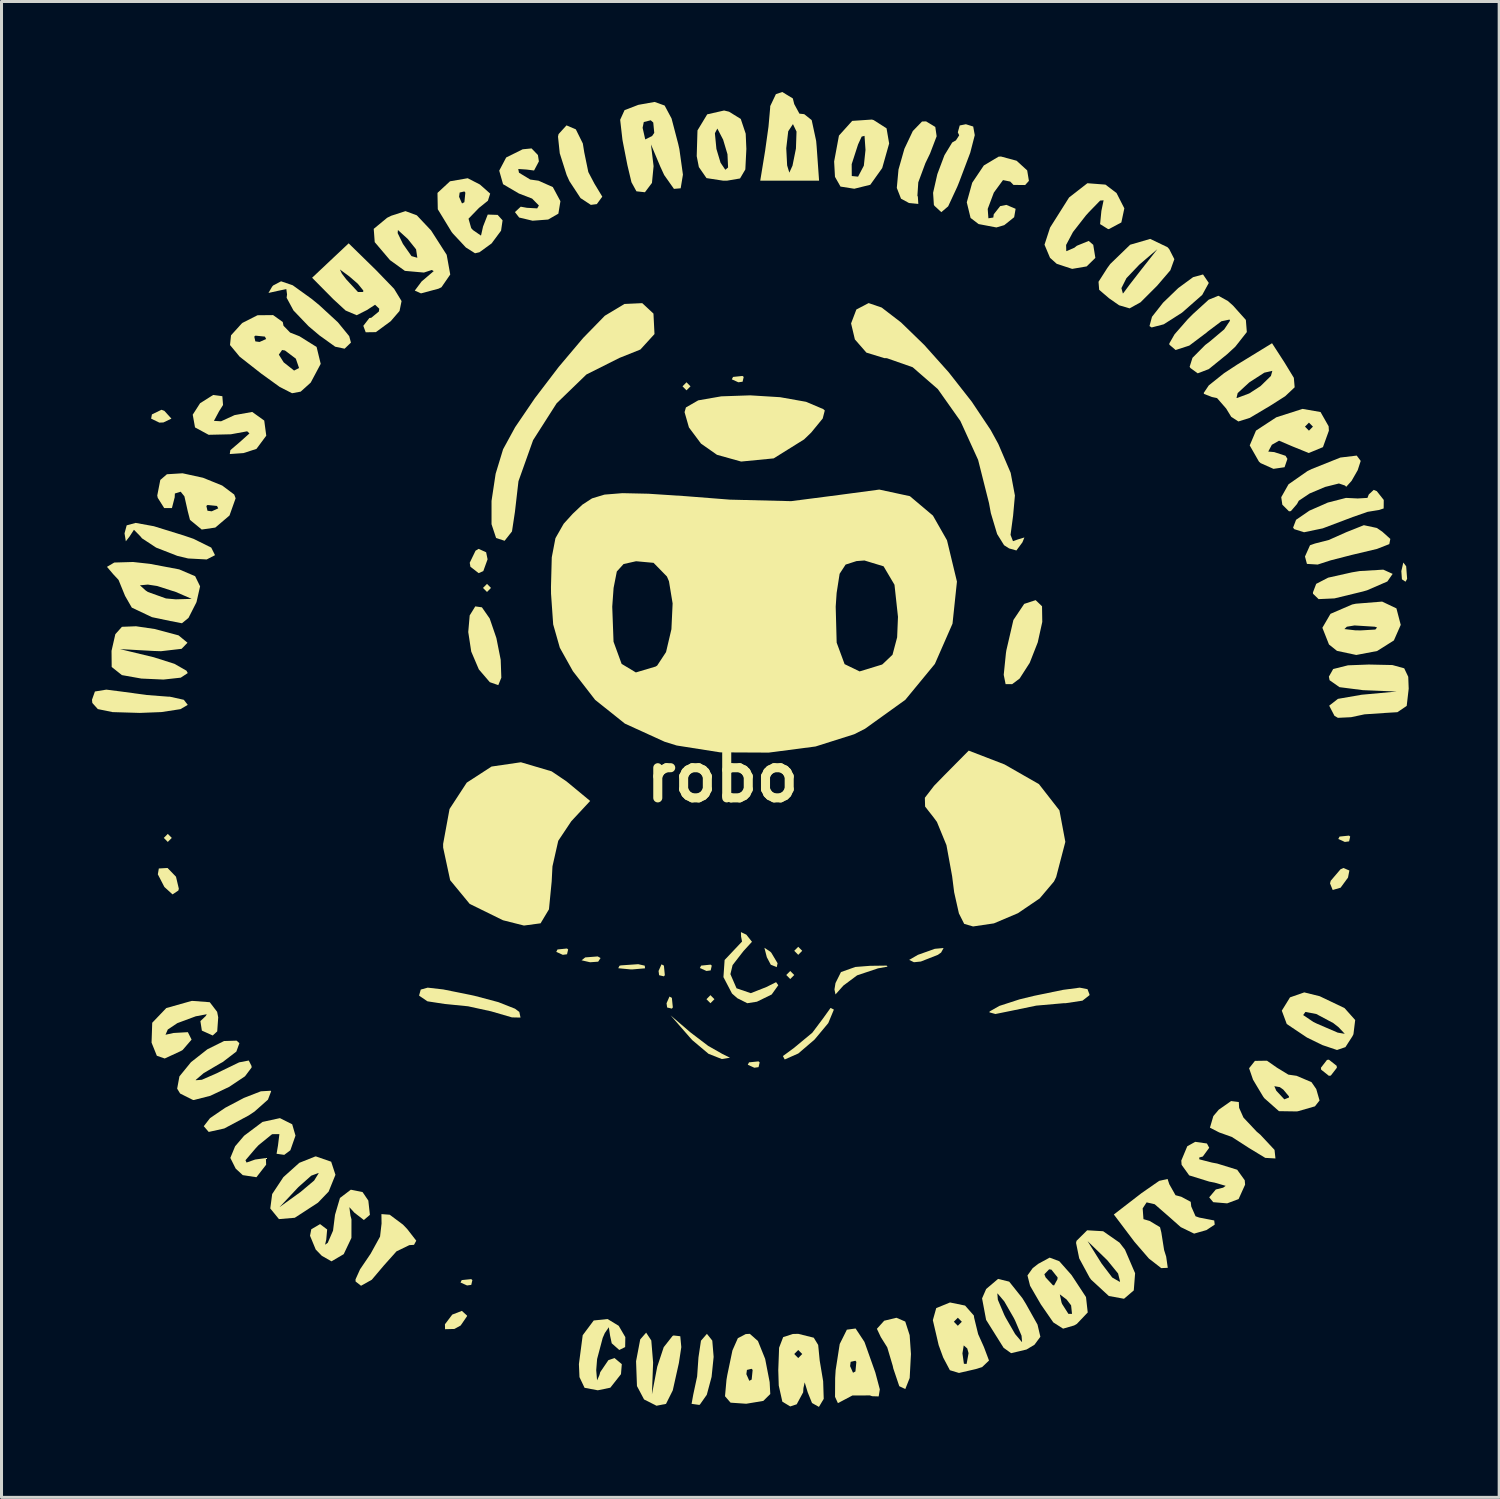
<source format=kicad_pcb>
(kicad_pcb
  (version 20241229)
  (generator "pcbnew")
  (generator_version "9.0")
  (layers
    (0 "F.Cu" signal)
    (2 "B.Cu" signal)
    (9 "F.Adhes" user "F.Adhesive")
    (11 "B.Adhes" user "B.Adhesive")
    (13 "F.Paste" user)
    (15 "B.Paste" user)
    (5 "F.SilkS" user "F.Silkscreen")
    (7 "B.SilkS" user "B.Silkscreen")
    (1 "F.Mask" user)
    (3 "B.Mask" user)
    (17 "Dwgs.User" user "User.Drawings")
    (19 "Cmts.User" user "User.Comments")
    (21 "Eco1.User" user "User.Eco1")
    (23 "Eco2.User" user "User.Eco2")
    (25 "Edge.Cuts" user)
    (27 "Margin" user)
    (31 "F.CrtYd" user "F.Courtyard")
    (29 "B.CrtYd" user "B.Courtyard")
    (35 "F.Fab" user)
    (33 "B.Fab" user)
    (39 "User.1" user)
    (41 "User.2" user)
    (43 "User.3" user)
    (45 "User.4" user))
  (footprint "robo"
    (layer "F.Cu")
    (at 20.902 22.726)
    (property "Reference" "robo" (at 0 0 0) (layer "F.SilkS") (effects (font (size 1.5 1.5) (thickness 0.3))))
    (attr board_only exclude_from_pos_files exclude_from_bom)
    (fp_poly (pts (xy -18.256 2.005) (xy -18.389 2.139) (xy -18.521 2.005) (xy -18.389 1.872)) (stroke (width 0) (type solid)) (fill yes) (layer "F.SilkS"))
    (fp_poly (pts (xy -7.673 -6.283) (xy -7.805 -6.149) (xy -7.938 -6.283) (xy -7.805 -6.417)) (stroke (width 0) (type solid)) (fill yes) (layer "F.SilkS"))
    (fp_poly (pts (xy -1.058 -12.967) (xy -1.191 -12.834) (xy -1.323 -12.967) (xy -1.191 -13.101)) (stroke (width 0) (type solid)) (fill yes) (layer "F.SilkS"))
    (fp_poly (pts (xy -0.265 7.353) (xy -0.397 7.486) (xy -0.529 7.353) (xy -0.397 7.219)) (stroke (width 0) (type solid)) (fill yes) (layer "F.SilkS"))
    (fp_poly (pts (xy 2.381 6.551) (xy 2.249 6.684) (xy 2.117 6.551) (xy 2.249 6.417)) (stroke (width 0) (type solid)) (fill yes) (layer "F.SilkS"))
    (fp_poly (pts (xy 2.646 5.748) (xy 2.514 5.882) (xy 2.381 5.748) (xy 2.514 5.615)) (stroke (width 0) (type solid)) (fill yes) (layer "F.SilkS"))
    (fp_poly (pts (xy -8.29 16.666) (xy -8.327 16.825) (xy -8.467 16.844) (xy -8.684 16.746) (xy -8.643 16.666) (xy -8.329 16.634)) (stroke (width 0) (type solid)) (fill yes) (layer "F.SilkS"))
    (fp_poly (pts (xy -5.115 5.704) (xy -5.152 5.863) (xy -5.292 5.882) (xy -5.509 5.784) (xy -5.468 5.704) (xy -5.154 5.672)) (stroke (width 0) (type solid)) (fill yes) (layer "F.SilkS"))
    (fp_poly (pts (xy -4.04 5.988) (xy -4.119 6.109) (xy -4.388 6.128) (xy -4.67 6.063) (xy -4.548 5.967) (xy -4.134 5.935)) (stroke (width 0) (type solid)) (fill yes) (layer "F.SilkS"))
    (fp_poly (pts (xy -1.94 6.239) (xy -1.909 6.556) (xy -1.94 6.595) (xy -2.098 6.558) (xy -2.117 6.417) (xy -2.02 6.197)) (stroke (width 0) (type solid)) (fill yes) (layer "F.SilkS"))
    (fp_poly (pts (xy -1.676 7.308) (xy -1.644 7.625) (xy -1.676 7.665) (xy -1.833 7.628) (xy -1.852 7.486) (xy -1.755 7.266)) (stroke (width 0) (type solid)) (fill yes) (layer "F.SilkS"))
    (fp_poly (pts (xy -0.353 6.239) (xy -0.389 6.398) (xy -0.529 6.417) (xy -0.747 6.319) (xy -0.706 6.239) (xy -0.392 6.207)) (stroke (width 0) (type solid)) (fill yes) (layer "F.SilkS"))
    (fp_poly (pts (xy 0.706 -13.279) (xy 0.669 -13.12) (xy 0.529 -13.101) (xy 0.311 -13.199) (xy 0.353 -13.279) (xy 0.667 -13.311)) (stroke (width 0) (type solid)) (fill yes) (layer "F.SilkS"))
    (fp_poly (pts (xy 1.235 9.447) (xy 1.198 9.606) (xy 1.058 9.625) (xy 0.841 9.527) (xy 0.882 9.447) (xy 1.196 9.415)) (stroke (width 0) (type solid)) (fill yes) (layer "F.SilkS"))
    (fp_poly (pts (xy 20.814 1.961) (xy 20.778 2.12) (xy 20.637 2.139) (xy 20.42 2.041) (xy 20.461 1.961) (xy 20.775 1.929)) (stroke (width 0) (type solid)) (fill yes) (layer "F.SilkS"))
    (fp_poly (pts (xy 22.67 -7.002) (xy 22.702 -6.584) (xy 22.649 -6.489) (xy 22.529 -6.569) (xy 22.51 -6.84) (xy 22.575 -7.125)) (stroke (width 0) (type solid)) (fill yes) (layer "F.SilkS"))
    (fp_poly (pts (xy -18.503 -12.154) (xy -18.268 -11.896) (xy -18.535 -11.769) (xy -18.669 -11.764) (xy -18.941 -11.896) (xy -18.915 -12.036) (xy -18.598 -12.19)) (stroke (width 0) (type solid)) (fill yes) (layer "F.SilkS"))
    (fp_poly (pts (xy 1.585 5.776) (xy 1.62 5.811) (xy 1.829 6.161) (xy 1.801 6.29) (xy 1.604 6.21) (xy 1.472 5.96) (xy 1.392 5.648)) (stroke (width 0) (type solid)) (fill yes) (layer "F.SilkS"))
    (fp_poly (pts (xy -18.117 3.292) (xy -18.023 3.688) (xy -18.038 3.749) (xy -18.232 3.878) (xy -18.502 3.632) (xy -18.719 3.213) (xy -18.686 3.019) (xy -18.397 3.002)) (stroke (width 0) (type solid)) (fill yes) (layer "F.SilkS"))
    (fp_poly (pts (xy -8.467 17.843) (xy -8.467 17.863) (xy -8.679 18.172) (xy -8.886 18.286) (xy -9.196 18.294) (xy -9.2 18.131) (xy -8.957 17.81) (xy -8.639 17.687)) (stroke (width 0) (type solid)) (fill yes) (layer "F.SilkS"))
    (fp_poly (pts (xy -7.834 -7.465) (xy -7.786 -7.233) (xy -7.928 -6.841) (xy -8.082 -6.773) (xy -8.355 -6.985) (xy -8.378 -7.118) (xy -8.185 -7.517) (xy -8.082 -7.578)) (stroke (width 0) (type solid)) (fill yes) (layer "F.SilkS"))
    (fp_poly (pts (xy -2.575 6.241) (xy -2.566 6.329) (xy -2.98 6.365) (xy -3.043 6.365) (xy -3.453 6.326) (xy -3.414 6.245) (xy -3.368 6.232) (xy -2.792 6.192)) (stroke (width 0) (type solid)) (fill yes) (layer "F.SilkS"))
    (fp_poly (pts (xy 7.251 5.806) (xy 7.144 5.882) (xy 6.579 6.104) (xy 6.35 6.127) (xy 6.192 6.05) (xy 6.482 5.882) (xy 7.043 5.682) (xy 7.333 5.656)) (stroke (width 0) (type solid)) (fill yes) (layer "F.SilkS"))
    (fp_poly (pts (xy 20.365 9.561) (xy 20.373 9.625) (xy 20.172 9.885) (xy 20.108 9.893) (xy 19.851 9.689) (xy 19.844 9.625) (xy 20.045 9.366) (xy 20.108 9.358)) (stroke (width 0) (type solid)) (fill yes) (layer "F.SilkS"))
    (fp_poly (pts (xy 20.787 3.086) (xy 20.742 3.32) (xy 20.496 3.656) (xy 20.234 3.732) (xy 20.146 3.514) (xy 20.169 3.426) (xy 20.493 3.046) (xy 20.588 3.002)) (stroke (width 0) (type solid)) (fill yes) (layer "F.SilkS"))
    (fp_poly (pts (xy -1.058 8.455) (xy -0.473 8.9) (xy 0 9.169) (xy 0.251 9.293) (xy -0.014 9.336) (xy -0.02 9.337) (xy -0.46 9.164) (xy -0.998 8.711) (xy -1.078 8.623) (xy -1.72 7.887)) (stroke (width 0) (type solid)) (fill yes) (layer "F.SilkS"))
    (fp_poly (pts (xy 5.475 6.274) (xy 5.159 6.33) (xy 4.466 6.562) (xy 4.011 6.901) (xy 3.749 7.195) (xy 3.715 7.029) (xy 3.749 6.818) (xy 3.931 6.453) (xy 4.407 6.284) (xy 4.897 6.246) (xy 5.445 6.239)) (stroke (width 0) (type solid)) (fill yes) (layer "F.SilkS"))
    (fp_poly (pts (xy -14.962 10.405) (xy -15.068 10.683) (xy -15.514 11.079) (xy -15.706 11.207) (xy -16.516 11.639) (xy -17.032 11.754) (xy -17.196 11.564) (xy -16.988 11.296) (xy -16.485 10.953) (xy -15.865 10.626) (xy -15.304 10.407) (xy -14.979 10.388)) (stroke (width 0) (type solid)) (fill yes) (layer "F.SilkS"))
    (fp_poly (pts (xy -7.974 -5.64) (xy -7.716 -5.269) (xy -7.494 -4.621) (xy -7.351 -3.9) (xy -7.33 -3.307) (xy -7.431 -3.06) (xy -7.712 -3.158) (xy -8.076 -3.582) (xy -8.328 -4.173) (xy -8.427 -4.821) (xy -8.379 -5.372) (xy -8.194 -5.671)) (stroke (width 0) (type solid)) (fill yes) (layer "F.SilkS"))
    (fp_poly (pts (xy -0.336 18.672) (xy -0.291 19.212) (xy -0.359 19.876) (xy -0.518 20.468) (xy -0.747 20.794) (xy -0.77 20.804) (xy -1.022 20.769) (xy -0.968 20.468) (xy -0.838 19.86) (xy -0.794 19.229) (xy -0.711 18.675) (xy -0.514 18.448)) (stroke (width 0) (type solid)) (fill yes) (layer "F.SilkS"))
    (fp_poly (pts (xy 3.695 7.697) (xy 3.695 7.699) (xy 3.51 8.145) (xy 3.056 8.69) (xy 2.516 9.153) (xy 2.071 9.349) (xy 2.063 9.348) (xy 2.006 9.238) (xy 2.348 8.987) (xy 2.352 8.985) (xy 2.98 8.465) (xy 3.335 7.992) (xy 3.585 7.643)) (stroke (width 0) (type solid)) (fill yes) (layer "F.SilkS"))
    (fp_poly (pts (xy 6.062 18.041) (xy 6.208 18.492) (xy 6.251 19.118) (xy 6.209 19.912) (xy 6.063 20.279) (xy 5.864 20.184) (xy 5.665 19.594) (xy 5.648 19.512) (xy 5.465 18.896) (xy 5.253 18.558) (xy 5.122 18.281) (xy 5.364 18.013) (xy 5.77 17.915)) (stroke (width 0) (type solid)) (fill yes) (layer "F.SilkS"))
    (fp_poly (pts (xy 10.597 -5.675) (xy 10.605 -5.155) (xy 10.455 -4.478) (xy 10.189 -3.8) (xy 9.853 -3.277) (xy 9.606 -3.092) (xy 9.389 -3.094) (xy 9.327 -3.402) (xy 9.4 -4.118) (xy 9.414 -4.213) (xy 9.648 -5.22) (xy 10.006 -5.754) (xy 10.385 -5.878)) (stroke (width 0) (type solid)) (fill yes) (layer "F.SilkS"))
    (fp_poly (pts (xy 15.939 -16.671) (xy 16.126 -16.395) (xy 15.909 -15.999) (xy 15.255 -15.424) (xy 15.23 -15.404) (xy 14.631 -15.023) (xy 14.231 -14.919) (xy 14.16 -14.965) (xy 14.243 -15.273) (xy 14.611 -15.741) (xy 15.115 -16.227) (xy 15.605 -16.586) (xy 15.93 -16.675)) (stroke (width 0) (type solid)) (fill yes) (layer "F.SilkS"))
    (fp_poly (pts (xy 22.222 -6.749) (xy 22.047 -6.497) (xy 21.375 -6.205) (xy 21.233 -6.164) (xy 20.293 -5.936) (xy 19.767 -5.912) (xy 19.582 -6.089) (xy 19.579 -6.134) (xy 19.687 -6.418) (xy 20.083 -6.623) (xy 20.874 -6.8) (xy 21.126 -6.842) (xy 21.911 -6.889)) (stroke (width 0) (type solid)) (fill yes) (layer "F.SilkS"))
    (fp_poly (pts (xy -19.91 -2.845) (xy -19.081 -2.732) (xy -18.378 -2.678) (xy -18.322 -2.677) (xy -17.858 -2.574) (xy -17.727 -2.406) (xy -17.968 -2.264) (xy -18.598 -2.167) (xy -19.315 -2.139) (xy -20.221 -2.166) (xy -20.709 -2.266) (xy -20.891 -2.469) (xy -20.902 -2.575) (xy -20.805 -2.849) (xy -20.426 -2.911)) (stroke (width 0) (type solid)) (fill yes) (layer "F.SilkS"))
    (fp_poly (pts (xy -4.86 -21.487) (xy -4.628 -21.019) (xy -4.581 -20.726) (xy -4.446 -20.072) (xy -4.246 -19.691) (xy -3.983 -19.256) (xy -4.164 -19.009) (xy -4.362 -18.983) (xy -4.704 -19.208) (xy -5.072 -19.769) (xy -5.164 -19.972) (xy -5.393 -20.693) (xy -5.451 -21.246) (xy -5.432 -21.331) (xy -5.169 -21.619)) (stroke (width 0) (type solid)) (fill yes) (layer "F.SilkS"))
    (fp_poly (pts (xy 17.121 10.762) (xy 17.132 10.956) (xy 17.275 11.277) (xy 17.712 11.742) (xy 17.837 11.848) (xy 18.306 12.35) (xy 18.336 12.633) (xy 17.998 12.614) (xy 17.455 12.284) (xy 16.89 11.92) (xy 16.47 11.77) (xy 16.164 11.613) (xy 16.277 11.228) (xy 16.457 11.016) (xy 16.866 10.73)) (stroke (width 0) (type solid)) (fill yes) (layer "F.SilkS"))
    (fp_poly (pts (xy 21.694 -8.272) (xy 21.877 -8.149) (xy 22.145 -7.908) (xy 22.111 -7.736) (xy 21.702 -7.576) (xy 20.861 -7.376) (xy 20.165 -7.197) (xy 19.736 -7.058) (xy 19.38 -7.08) (xy 19.315 -7.324) (xy 19.482 -7.698) (xy 19.645 -7.755) (xy 20.105 -7.873) (xy 20.687 -8.132) (xy 21.267 -8.363)) (stroke (width 0) (type solid)) (fill yes) (layer "F.SilkS"))
    (fp_poly (pts (xy 7.058 -21.567) (xy 7.103 -21.259) (xy 6.884 -20.685) (xy 6.729 -20.364) (xy 6.494 -19.731) (xy 6.465 -19.286) (xy 6.48 -19.254) (xy 6.495 -19.015) (xy 6.186 -19.045) (xy 5.922 -19.188) (xy 5.782 -19.545) (xy 5.838 -20.155) (xy 6.034 -20.843) (xy 6.313 -21.432) (xy 6.618 -21.747) (xy 6.752 -21.752)) (stroke (width 0) (type solid)) (fill yes) (layer "F.SilkS"))
    (fp_poly (pts (xy 12.104 7.02) (xy 12.17 7.192) (xy 12.171 7.219) (xy 11.939 7.401) (xy 11.376 7.486) (xy 11.309 7.486) (xy 10.404 7.566) (xy 9.584 7.736) (xy 9.052 7.844) (xy 8.85 7.788) (xy 8.861 7.758) (xy 9.181 7.576) (xy 9.845 7.36) (xy 10.334 7.241) (xy 11.294 7.043) (xy 11.847 6.97)) (stroke (width 0) (type solid)) (fill yes) (layer "F.SilkS"))
    (fp_poly (pts (xy -18.851 -8.329) (xy -17.86 -8.022) (xy -17.538 -7.912) (xy -16.948 -7.62) (xy -16.823 -7.369) (xy -17.099 -7.227) (xy -17.715 -7.26) (xy -18.073 -7.346) (xy -18.776 -7.62) (xy -19.246 -7.929) (xy -19.298 -7.994) (xy -19.511 -8.211) (xy -19.659 -7.984) (xy -19.78 -7.829) (xy -19.823 -8.093) (xy -19.752 -8.358) (xy -19.455 -8.439)) (stroke (width 0) (type solid)) (fill yes) (layer "F.SilkS"))
    (fp_poly (pts (xy -11.031 14.499) (xy -10.592 14.826) (xy -10.451 14.973) (xy -10.151 15.359) (xy -10.225 15.497) (xy -10.38 15.507) (xy -10.806 15.713) (xy -11.22 16.176) (xy -11.625 16.654) (xy -11.982 16.854) (xy -12.162 16.713) (xy -12.165 16.644) (xy -12.014 16.309) (xy -11.663 15.791) (xy -11.351 15.224) (xy -11.301 14.789) (xy -11.306 14.478)) (stroke (width 0) (type solid)) (fill yes) (layer "F.SilkS"))
    (fp_poly (pts (xy -9.257 7.029) (xy -8.349 7.212) (xy -8.217 7.241) (xy -7.429 7.45) (xy -6.877 7.668) (xy -6.734 7.775) (xy -6.694 7.962) (xy -6.978 7.956) (xy -7.669 7.755) (xy -7.673 7.754) (xy -8.433 7.588) (xy -9.194 7.513) (xy -9.78 7.423) (xy -10.052 7.239) (xy -10.054 7.219) (xy -10.002 7.034) (xy -9.772 6.97)) (stroke (width 0) (type solid)) (fill yes) (layer "F.SilkS"))
    (fp_poly (pts (xy 1.912 -12.607) (xy 2.773 -12.454) (xy 3.342 -12.213) (xy 3.394 -12.167) (xy 3.325 -11.9) (xy 2.945 -11.436) (xy 2.708 -11.207) (xy 1.7 -10.578) (xy 0.621 -10.473) (xy -0.181 -10.697) (xy -0.71 -11.068) (xy -1.11 -11.604) (xy -1.255 -12.111) (xy -1.21 -12.267) (xy -0.802 -12.502) (xy -0.038 -12.635) (xy 0.921 -12.668)) (stroke (width 0) (type solid)) (fill yes) (layer "F.SilkS"))
    (fp_poly (pts (xy 8.315 -21.581) (xy 8.367 -21.295) (xy 8.217 -20.713) (xy 7.852 -19.746) (xy 7.787 -19.585) (xy 7.485 -18.935) (xy 7.258 -18.742) (xy 7.032 -18.95) (xy 7.011 -18.985) (xy 6.985 -19.383) (xy 7.126 -20.002) (xy 7.361 -20.628) (xy 7.619 -21.052) (xy 7.742 -21.122) (xy 7.85 -21.289) (xy 7.805 -21.389) (xy 7.868 -21.616) (xy 8.072 -21.657)) (stroke (width 0) (type solid)) (fill yes) (layer "F.SilkS"))
    (fp_poly (pts (xy 21.696 -9.492) (xy 21.927 -9.2) (xy 21.924 -8.918) (xy 21.762 -8.866) (xy 21.392 -8.806) (xy 20.902 -8.635) (xy 19.904 -8.258) (xy 19.284 -8.129) (xy 18.96 -8.231) (xy 18.921 -8.283) (xy 19.02 -8.542) (xy 19.462 -8.845) (xy 20.072 -9.113) (xy 20.676 -9.268) (xy 21.065 -9.249) (xy 21.386 -9.268) (xy 21.431 -9.382) (xy 21.594 -9.534)) (stroke (width 0) (type solid)) (fill yes) (layer "F.SilkS"))
    (fp_poly (pts (xy -14.247 -16.318) (xy -13.626 -15.871) (xy -13.37 -15.662) (xy -12.751 -15.092) (xy -12.374 -14.631) (xy -12.316 -14.417) (xy -12.527 -14.215) (xy -12.839 -14.281) (xy -13.364 -14.658) (xy -13.722 -14.961) (xy -14.222 -15.483) (xy -14.449 -15.904) (xy -14.435 -16.016) (xy -14.459 -16.191) (xy -14.737 -16.133) (xy -15.051 -16.063) (xy -14.929 -16.273) (xy -14.894 -16.312) (xy -14.633 -16.449)) (stroke (width 0) (type solid)) (fill yes) (layer "F.SilkS"))
    (fp_poly (pts (xy -5.663 -0.202) (xy -5.169 0.132) (xy -4.385 0.78) (xy -5.01 1.452) (xy -5.443 2.101) (xy -5.635 2.95) (xy -5.661 3.453) (xy -5.751 4.373) (xy -6.029 4.837) (xy -6.58 4.911) (xy -7.276 4.735) (xy -8.379 4.193) (xy -9.027 3.407) (xy -9.259 2.327) (xy -9.26 2.205) (xy -9.047 1.046) (xy -8.477 0.173) (xy -7.654 -0.361) (xy -6.681 -0.503)) (stroke (width 0) (type solid)) (fill yes) (layer "F.SilkS"))
    (fp_poly (pts (xy -2.358 18.668) (xy -2.298 19.397) (xy -2.3 19.456) (xy -2.337 20.454) (xy -2.161 19.539) (xy -1.946 18.89) (xy -1.653 18.518) (xy -1.618 18.502) (xy -1.397 18.528) (xy -1.363 18.888) (xy -1.443 19.415) (xy -1.646 20.322) (xy -1.87 20.77) (xy -2.185 20.832) (xy -2.598 20.623) (xy -2.833 20.18) (xy -2.863 19.357) (xy -2.725 18.633) (xy -2.529 18.408)) (stroke (width 0) (type solid)) (fill yes) (layer "F.SilkS"))
    (fp_poly (pts (xy 21.163 -10.494) (xy 21.063 -10.187) (xy 20.861 -9.834) (xy 20.683 -9.636) (xy 20.642 -9.678) (xy 20.441 -9.746) (xy 19.982 -9.631) (xy 19.47 -9.415) (xy 19.11 -9.174) (xy 19.05 -9.064) (xy 18.848 -8.83) (xy 18.785 -8.823) (xy 18.564 -9.043) (xy 18.528 -9.291) (xy 18.769 -9.718) (xy 19.396 -10.156) (xy 19.54 -10.227) (xy 20.489 -10.606) (xy 21.031 -10.671)) (stroke (width 0) (type solid)) (fill yes) (layer "F.SilkS"))
    (fp_poly (pts (xy -18.821 -4.921) (xy -18.032 -4.71) (xy -17.736 -4.466) (xy -17.931 -4.264) (xy -18.613 -4.185) (xy -18.852 -4.193) (xy -19.976 -4.255) (xy -18.852 -3.984) (xy -18.169 -3.767) (xy -17.77 -3.539) (xy -17.727 -3.46) (xy -17.958 -3.308) (xy -18.531 -3.245) (xy -19.265 -3.278) (xy -19.911 -3.393) (xy -20.249 -3.662) (xy -20.254 -4.197) (xy -20.128 -4.749) (xy -19.909 -4.994) (xy -19.442 -5.012)) (stroke (width 0) (type solid)) (fill yes) (layer "F.SilkS"))
    (fp_poly (pts (xy 0.793 5.213) (xy 0.98 5.449) (xy 0.708 5.747) (xy 0.702 5.752) (xy 0.337 6.223) (xy 0.265 6.522) (xy 0.468 6.991) (xy 0.941 7.153) (xy 1.459 6.949) (xy 1.78 6.788) (xy 1.852 6.89) (xy 1.633 7.197) (xy 1.144 7.436) (xy 0.825 7.486) (xy 0.494 7.32) (xy 0.318 7.165) (xy 0.034 6.621) (xy 0.073 6.053) (xy 0.395 5.712) (xy 0.651 5.441) (xy 0.619 5.278) (xy 0.614 5.128)) (stroke (width 0) (type solid)) (fill yes) (layer "F.SilkS"))
    (fp_poly (pts (xy 9.353 -0.431) (xy 10.495 0.222) (xy 11.174 1.093) (xy 11.37 2.136) (xy 11.065 3.304) (xy 10.993 3.451) (xy 10.519 4.012) (xy 9.797 4.502) (xy 9.002 4.839) (xy 8.31 4.941) (xy 8.016 4.855) (xy 7.841 4.508) (xy 7.684 3.81) (xy 7.616 3.273) (xy 7.428 2.245) (xy 7.112 1.475) (xy 7 1.323) (xy 6.72 0.966) (xy 6.712 0.674) (xy 7.018 0.277) (xy 7.34 -0.054) (xy 8.166 -0.889)) (stroke (width 0) (type solid)) (fill yes) (layer "F.SilkS"))
    (fp_poly (pts (xy -16.58 -12.64) (xy -16.557 -12.348) (xy -16.688 -12.141) (xy -16.859 -11.822) (xy -16.622 -11.808) (xy -16.174 -12.013) (xy -15.59 -12.118) (xy -15.191 -11.832) (xy -15.124 -11.331) (xy -15.449 -10.893) (xy -15.878 -10.754) (xy -16.334 -10.722) (xy -16.314 -10.851) (xy -16.007 -11.114) (xy -15.681 -11.405) (xy -15.756 -11.476) (xy -16.292 -11.378) (xy -16.296 -11.377) (xy -17.034 -11.36) (xy -17.486 -11.605) (xy -17.562 -12.027) (xy -17.318 -12.407) (xy -16.884 -12.681)) (stroke (width 0) (type solid)) (fill yes) (layer "F.SilkS"))
    (fp_poly (pts (xy -14.264 11.5) (xy -14.155 11.876) (xy -14.325 12.362) (xy -14.528 12.514) (xy -14.782 12.478) (xy -14.735 12.202) (xy -14.689 11.827) (xy -14.93 11.828) (xy -15.379 12.192) (xy -15.488 12.31) (xy -15.813 12.692) (xy -15.778 12.769) (xy -15.493 12.669) (xy -15.136 12.619) (xy -15.128 12.841) (xy -15.45 13.255) (xy -15.904 13.186) (xy -16.139 12.968) (xy -16.315 12.615) (xy -16.157 12.23) (xy -15.857 11.879) (xy -15.248 11.422) (xy -14.671 11.296)) (stroke (width 0) (type solid)) (fill yes) (layer "F.SilkS"))
    (fp_poly (pts (xy -12.972 12.741) (xy -12.83 13.175) (xy -13.056 13.732) (xy -13.411 14.101) (xy -14.179 14.6) (xy -14.703 14.644) (xy -14.991 14.291) (xy -14.985 14.248) (xy -14.684 14.248) (xy -13.983 13.741) (xy -13.537 13.366) (xy -13.388 13.127) (xy -13.395 13.116) (xy -13.632 13.204) (xy -14.055 13.579) (xy -14.096 13.622) (xy -14.684 14.248) (xy -14.985 14.248) (xy -14.928 13.814) (xy -14.556 13.252) (xy -14.028 12.778) (xy -13.499 12.567) (xy -13.476 12.566)) (stroke (width 0) (type solid)) (fill yes) (layer "F.SilkS"))
    (fp_poly (pts (xy 1.178 18.686) (xy 1.417 19.278) (xy 1.566 20.047) (xy 1.587 20.443) (xy 1.356 20.672) (xy 0.79 20.766) (xy 0.27 20.73) (xy 0.086 20.517) (xy 0.135 19.971) (xy 0.163 19.808) (xy 0.168 19.785) (xy 0.794 19.785) (xy 0.891 20.005) (xy 0.97 19.964) (xy 1.002 19.646) (xy 0.97 19.607) (xy 0.813 19.644) (xy 0.794 19.785) (xy 0.168 19.785) (xy 0.332 18.999) (xy 0.512 18.592) (xy 0.773 18.456) (xy 0.909 18.448)) (stroke (width 0) (type solid)) (fill yes) (layer "F.SilkS"))
    (fp_poly (pts (xy 5.014 -21.795) (xy 5.442 -21.521) (xy 5.528 -21.018) (xy 5.298 -20.204) (xy 4.903 -19.65) (xy 4.372 -19.518) (xy 3.915 -19.59) (xy 3.732 -19.913) (xy 3.709 -20.333) (xy 4.286 -20.333) (xy 4.289 -19.94) (xy 4.498 -19.919) (xy 4.689 -20.283) (xy 4.744 -20.804) (xy 4.712 -21.272) (xy 4.617 -21.247) (xy 4.498 -20.988) (xy 4.286 -20.333) (xy 3.709 -20.333) (xy 3.704 -20.421) (xy 3.864 -21.281) (xy 4.303 -21.768) (xy 4.954 -21.812)) (stroke (width 0) (type solid)) (fill yes) (layer "F.SilkS"))
    (fp_poly (pts (xy 22.214 -3.726) (xy 22.605 -3.618) (xy 22.739 -3.337) (xy 22.754 -2.941) (xy 22.688 -2.372) (xy 22.38 -2.163) (xy 21.982 -2.139) (xy 21.289 -2.092) (xy 20.844 -1.997) (xy 20.406 -1.976) (xy 20.293 -2.042) (xy 20.118 -2.379) (xy 20.408 -2.605) (xy 21.191 -2.741) (xy 21.233 -2.745) (xy 22.357 -2.848) (xy 21.233 -2.894) (xy 20.459 -2.993) (xy 20.131 -3.223) (xy 20.108 -3.342) (xy 20.25 -3.594) (xy 20.74 -3.717) (xy 21.431 -3.743)) (stroke (width 0) (type solid)) (fill yes) (layer "F.SilkS"))
    (fp_poly (pts (xy 22.347 -5.605) (xy 22.49 -5.058) (xy 22.263 -4.542) (xy 21.708 -4.192) (xy 21.016 -4.06) (xy 20.375 -4.197) (xy 20.111 -4.408) (xy 19.909 -4.919) (xy 20.621 -4.919) (xy 20.987 -4.877) (xy 21.167 -4.875) (xy 21.648 -4.903) (xy 21.705 -4.972) (xy 21.63 -4.997) (xy 20.959 -5.039) (xy 20.704 -4.997) (xy 20.621 -4.919) (xy 19.909 -4.919) (xy 19.892 -4.962) (xy 20.161 -5.424) (xy 20.88 -5.734) (xy 21.003 -5.76) (xy 21.873 -5.83)) (stroke (width 0) (type solid)) (fill yes) (layer "F.SilkS"))
    (fp_poly (pts (xy 12.623 15.046) (xy 13.168 15.425) (xy 13.347 15.657) (xy 13.683 16.439) (xy 13.639 17.008) (xy 13.315 17.285) (xy 12.811 17.193) (xy 12.225 16.652) (xy 12.174 16.582) (xy 11.83 15.946) (xy 11.725 15.433) (xy 11.739 15.374) (xy 12.107 15.374) (xy 12.572 16.117) (xy 12.924 16.58) (xy 13.168 16.722) (xy 13.184 16.711) (xy 13.119 16.448) (xy 12.76 16.007) (xy 12.72 15.968) (xy 12.107 15.374) (xy 11.739 15.374) (xy 11.741 15.364) (xy 12.093 15.015)) (stroke (width 0) (type solid)) (fill yes) (layer "F.SilkS"))
    (fp_poly (pts (xy 16.064 12.137) (xy 16.14 12.279) (xy 15.928 12.569) (xy 15.809 12.602) (xy 15.812 12.662) (xy 16.232 12.77) (xy 16.404 12.802) (xy 17.067 13.007) (xy 17.318 13.356) (xy 17.33 13.502) (xy 17.114 13.98) (xy 16.735 14.122) (xy 16.274 14.083) (xy 16.14 13.922) (xy 16.359 13.662) (xy 16.603 13.601) (xy 16.686 13.541) (xy 16.325 13.436) (xy 16.14 13.4) (xy 15.476 13.194) (xy 15.225 12.844) (xy 15.214 12.704) (xy 15.413 12.228) (xy 15.677 12.082)) (stroke (width 0) (type solid)) (fill yes) (layer "F.SilkS"))
    (fp_poly (pts (xy -16.997 7.453) (xy -16.753 7.772) (xy -16.717 7.954) (xy -16.75 8.42) (xy -16.899 8.556) (xy -17.259 8.394) (xy -17.308 8.079) (xy -17.133 7.913) (xy -17.096 7.851) (xy -17.462 7.92) (xy -18.073 8.147) (xy -18.389 8.358) (xy -18.465 8.532) (xy -18.199 8.473) (xy -17.723 8.446) (xy -17.6 8.693) (xy -17.896 9.036) (xy -17.967 9.077) (xy -18.491 9.319) (xy -18.752 9.228) (xy -18.927 8.793) (xy -18.905 8.134) (xy -18.439 7.647) (xy -17.607 7.412) (xy -17.576 7.409)) (stroke (width 0) (type solid)) (fill yes) (layer "F.SilkS"))
    (fp_poly (pts (xy -11.931 13.748) (xy -11.74 14.029) (xy -11.688 14.503) (xy -11.888 14.674) (xy -12.203 14.43) (xy -12.369 14.248) (xy -12.332 14.528) (xy -12.299 14.651) (xy -12.3 15.267) (xy -12.556 15.806) (xy -12.957 16.042) (xy -12.965 16.042) (xy -13.282 15.861) (xy -13.484 15.653) (xy -13.673 15.196) (xy -13.631 14.98) (xy -13.34 14.81) (xy -13.105 14.988) (xy -13.135 15.325) (xy -13.174 15.493) (xy -13.085 15.43) (xy -12.91 15.027) (xy -12.844 14.5) (xy -12.68 13.943) (xy -12.32 13.669)) (stroke (width 0) (type solid)) (fill yes) (layer "F.SilkS"))
    (fp_poly (pts (xy -2.289 -15.382) (xy -2.286 -15.374) (xy -2.252 -14.7) (xy -2.719 -14.188) (xy -3.41 -13.911) (xy -4.51 -13.359) (xy -5.496 -12.405) (xy -6.277 -11.182) (xy -6.762 -9.821) (xy -6.879 -8.805) (xy -6.977 -8.156) (xy -7.222 -7.846) (xy -7.504 -7.939) (xy -7.655 -8.395) (xy -7.655 -9.168) (xy -7.519 -10.068) (xy -7.272 -10.88) (xy -6.873 -11.611) (xy -6.22 -12.571) (xy -5.429 -13.609) (xy -4.617 -14.571) (xy -3.9 -15.306) (xy -3.899 -15.307) (xy -3.247 -15.698) (xy -2.659 -15.725)) (stroke (width 0) (type solid)) (fill yes) (layer "F.SilkS"))
    (fp_poly (pts (xy 4.708 18.714) (xy 4.726 18.761) (xy 5.07 19.73) (xy 5.219 20.289) (xy 5.181 20.523) (xy 4.964 20.516) (xy 4.892 20.49) (xy 4.312 20.491) (xy 4.051 20.629) (xy 3.829 20.745) (xy 3.734 20.537) (xy 3.738 19.916) (xy 3.754 19.652) (xy 3.775 19.518) (xy 4.233 19.518) (xy 4.33 19.738) (xy 4.41 19.696) (xy 4.441 19.379) (xy 4.41 19.34) (xy 4.252 19.376) (xy 4.233 19.518) (xy 3.775 19.518) (xy 3.889 18.786) (xy 4.126 18.31) (xy 4.416 18.271)) (stroke (width 0) (type solid)) (fill yes) (layer "F.SilkS"))
    (fp_poly (pts (xy 9.753 -20.447) (xy 10.105 -20.126) (xy 10.162 -19.779) (xy 10.037 -19.641) (xy 9.65 -19.645) (xy 9.543 -19.756) (xy 9.303 -19.805) (xy 8.999 -19.39) (xy 8.796 -18.849) (xy 8.819 -18.538) (xy 8.982 -18.564) (xy 8.996 -18.671) (xy 9.211 -18.943) (xy 9.415 -18.983) (xy 9.721 -18.853) (xy 9.673 -18.574) (xy 9.344 -18.311) (xy 9.084 -18.235) (xy 8.493 -18.347) (xy 8.228 -18.55) (xy 8.102 -19.068) (xy 8.282 -19.717) (xy 8.667 -20.29) (xy 9.155 -20.581) (xy 9.235 -20.587)) (stroke (width 0) (type solid)) (fill yes) (layer "F.SilkS"))
    (fp_poly (pts (xy 19.803 7.254) (xy 20.626 7.647) (xy 20.98 8.044) (xy 20.922 8.514) (xy 20.887 8.584) (xy 20.656 8.942) (xy 20.377 9.037) (xy 19.893 8.874) (xy 19.381 8.624) (xy 18.711 8.176) (xy 18.601 7.879) (xy 19.255 7.879) (xy 19.595 8.108) (xy 19.711 8.164) (xy 20.4 8.461) (xy 20.635 8.501) (xy 20.43 8.283) (xy 20.256 8.146) (xy 19.69 7.844) (xy 19.33 7.775) (xy 19.255 7.879) (xy 18.601 7.879) (xy 18.547 7.733) (xy 18.819 7.292) (xy 19.291 7.127)) (stroke (width 0) (type solid)) (fill yes) (layer "F.SilkS"))
    (fp_poly (pts (xy -16.015 8.811) (xy -16.115 9.089) (xy -16.567 9.436) (xy -16.66 9.487) (xy -17.199 9.804) (xy -17.458 10.025) (xy -17.462 10.04) (xy -17.259 10.024) (xy -16.762 9.807) (xy -16.682 9.766) (xy -16.023 9.447) (xy -15.704 9.386) (xy -15.612 9.568) (xy -15.61 9.618) (xy -15.829 9.909) (xy -16.352 10.259) (xy -16.982 10.557) (xy -17.522 10.694) (xy -17.553 10.695) (xy -17.98 10.48) (xy -18.078 10.319) (xy -18.003 9.912) (xy -17.62 9.441) (xy -17.078 9.015) (xy -16.524 8.74) (xy -16.106 8.727)) (stroke (width 0) (type solid)) (fill yes) (layer "F.SilkS"))
    (fp_poly (pts (xy -6.117 -20.636) (xy -6.085 -20.425) (xy -6.245 -20.123) (xy -6.496 -20.155) (xy -6.769 -20.173) (xy -6.745 -20.05) (xy -6.372 -19.823) (xy -6.098 -19.785) (xy -5.623 -19.574) (xy -5.371 -19.105) (xy -5.439 -18.692) (xy -5.778 -18.497) (xy -6.294 -18.458) (xy -6.74 -18.564) (xy -6.879 -18.744) (xy -6.687 -18.923) (xy -6.482 -18.886) (xy -6.141 -18.867) (xy -6.085 -18.963) (xy -6.31 -19.192) (xy -6.747 -19.36) (xy -7.273 -19.669) (xy -7.4 -20.118) (xy -7.169 -20.555) (xy -6.623 -20.826) (xy -6.328 -20.855)) (stroke (width 0) (type solid)) (fill yes) (layer "F.SilkS"))
    (fp_poly (pts (xy -3.439 18.181) (xy -3.219 18.558) (xy -3.225 18.887) (xy -3.42 18.983) (xy -3.67 18.762) (xy -3.723 18.515) (xy -3.766 18.229) (xy -3.899 18.422) (xy -3.969 18.582) (xy -4.155 19.284) (xy -4.184 19.652) (xy -4.156 19.991) (xy -4.077 19.815) (xy -4.051 19.718) (xy -3.781 19.321) (xy -3.577 19.251) (xy -3.336 19.453) (xy -3.363 19.785) (xy -3.717 20.234) (xy -4.132 20.32) (xy -4.571 20.237) (xy -4.739 19.883) (xy -4.758 19.451) (xy -4.632 18.493) (xy -4.267 18.005) (xy -3.808 17.957)) (stroke (width 0) (type solid)) (fill yes) (layer "F.SilkS"))
    (fp_poly (pts (xy 0.219 -22.073) (xy 0.608 -21.833) (xy 0.772 -21.343) (xy 0.794 -20.837) (xy 0.76 -20.158) (xy 0.584 -19.859) (xy 0.155 -19.786) (xy 0.03 -19.785) (xy -0.528 -19.871) (xy -0.781 -20.237) (xy -0.852 -20.598) (xy -0.83 -21.344) (xy -0.248 -21.344) (xy -0.199 -20.838) (xy -0.062 -20.381) (xy 0.096 -20.147) (xy 0.188 -20.223) (xy 0.168 -20.662) (xy 0.024 -21.145) (xy -0.168 -21.514) (xy -0.247 -21.363) (xy -0.248 -21.344) (xy -0.83 -21.344) (xy -0.826 -21.453) (xy -0.504 -21.985) (xy 0.055 -22.112)) (stroke (width 0) (type solid)) (fill yes) (layer "F.SilkS"))
    (fp_poly (pts (xy 18.389 9.625) (xy 18.764 9.854) (xy 19.037 9.893) (xy 19.531 10.103) (xy 19.689 10.332) (xy 19.798 10.711) (xy 19.646 10.905) (xy 19.111 11.06) (xy 19.049 11.074) (xy 18.452 11.065) (xy 17.967 10.635) (xy 17.926 10.578) (xy 17.721 10.237) (xy 18.299 10.237) (xy 18.363 10.386) (xy 18.63 10.673) (xy 18.783 10.614) (xy 18.785 10.577) (xy 18.597 10.351) (xy 18.48 10.268) (xy 18.299 10.237) (xy 17.721 10.237) (xy 17.592 10.02) (xy 17.462 9.642) (xy 17.656 9.398) (xy 18.055 9.392)) (stroke (width 0) (type solid)) (fill yes) (layer "F.SilkS"))
    (fp_poly (pts (xy 3.028 18.576) (xy 3.175 18.816) (xy 3.225 19.33) (xy 3.34 20.019) (xy 3.359 20.604) (xy 3.2 20.87) (xy 2.971 20.742) (xy 2.828 20.387) (xy 2.728 20.057) (xy 2.686 20.247) (xy 2.677 20.387) (xy 2.463 20.784) (xy 2.249 20.855) (xy 1.987 20.697) (xy 1.868 20.162) (xy 1.852 19.652) (xy 1.872 19.117) (xy 2.381 19.117) (xy 2.514 19.251) (xy 2.646 19.117) (xy 2.514 18.983) (xy 2.381 19.117) (xy 1.872 19.117) (xy 1.879 18.909) (xy 2.014 18.557) (xy 2.335 18.453) (xy 2.514 18.448)) (stroke (width 0) (type solid)) (fill yes) (layer "F.SilkS"))
    (fp_poly (pts (xy 14.757 -17.58) (xy 14.814 -17.516) (xy 14.984 -17.183) (xy 14.852 -16.815) (xy 14.411 -16.3) (xy 13.862 -15.752) (xy 13.5 -15.552) (xy 13.151 -15.655) (xy 12.817 -15.888) (xy 12.492 -16.167) (xy 12.487 -16.223) (xy 13.229 -16.223) (xy 13.278 -16.044) (xy 13.298 -16.064) (xy 13.495 -16.331) (xy 13.876 -16.822) (xy 13.893 -16.844) (xy 14.42 -17.513) (xy 13.824 -17.003) (xy 13.395 -16.553) (xy 13.229 -16.223) (xy 12.487 -16.223) (xy 12.47 -16.434) (xy 12.76 -16.888) (xy 12.859 -17.024) (xy 13.519 -17.662) (xy 14.184 -17.855)) (stroke (width 0) (type solid)) (fill yes) (layer "F.SilkS"))
    (fp_poly (pts (xy 19.831 -12.115) (xy 20.099 -11.643) (xy 20.108 -11.497) (xy 19.911 -10.951) (xy 19.441 -10.756) (xy 18.903 -10.974) (xy 18.456 -11.165) (xy 18.217 -11.029) (xy 18.097 -10.804) (xy 18.294 -10.787) (xy 18.671 -10.664) (xy 18.733 -10.561) (xy 18.638 -10.285) (xy 18.27 -10.231) (xy 17.845 -10.421) (xy 17.788 -10.473) (xy 17.483 -11.008) (xy 17.691 -11.499) (xy 17.892 -11.631) (xy 19.315 -11.631) (xy 19.447 -11.497) (xy 19.579 -11.631) (xy 19.447 -11.764) (xy 19.315 -11.631) (xy 17.892 -11.631) (xy 18.364 -11.94) (xy 19.234 -12.219)) (stroke (width 0) (type solid)) (fill yes) (layer "F.SilkS"))
    (fp_poly (pts (xy 9.508 16.717) (xy 9.945 17.265) (xy 10.057 17.446) (xy 10.447 18.141) (xy 10.542 18.545) (xy 10.346 18.81) (xy 10.082 18.968) (xy 9.571 19.089) (xy 9.323 18.911) (xy 8.743 17.985) (xy 8.609 17.272) (xy 8.679 17.112) (xy 9.115 17.112) (xy 9.132 17.317) (xy 9.346 17.822) (xy 9.393 17.914) (xy 9.705 18.455) (xy 9.922 18.712) (xy 9.935 18.716) (xy 9.918 18.51) (xy 9.704 18.006) (xy 9.657 17.914) (xy 9.345 17.372) (xy 9.128 17.115) (xy 9.115 17.112) (xy 8.679 17.112) (xy 8.745 16.961) (xy 9.139 16.627)) (stroke (width 0) (type solid)) (fill yes) (layer "F.SilkS"))
    (fp_poly (pts (xy 12.7 -19.655) (xy 13.067 -19.376) (xy 13.326 -18.868) (xy 13.227 -18.401) (xy 12.818 -18.182) (xy 12.786 -18.181) (xy 12.522 -18.345) (xy 12.565 -18.783) (xy 12.638 -19.134) (xy 12.524 -19.126) (xy 12.148 -18.739) (xy 12.053 -18.634) (xy 11.623 -18.083) (xy 11.395 -17.654) (xy 11.401 -17.447) (xy 11.669 -17.562) (xy 11.75 -17.627) (xy 12.144 -17.788) (xy 12.295 -17.659) (xy 12.365 -17.225) (xy 12.077 -16.943) (xy 11.596 -16.861) (xy 11.084 -17.029) (xy 10.862 -17.228) (xy 10.679 -17.663) (xy 10.864 -18.231) (xy 11.494 -19.229) (xy 12.101 -19.701)) (stroke (width 0) (type solid)) (fill yes) (layer "F.SilkS"))
    (fp_poly (pts (xy 16.754 -15.8) (xy 16.929 -15.645) (xy 17.355 -15.169) (xy 17.387 -14.766) (xy 17.005 -14.281) (xy 16.735 -14.032) (xy 16.126 -13.538) (xy 15.759 -13.398) (xy 15.518 -13.573) (xy 15.491 -13.615) (xy 15.585 -13.912) (xy 16.007 -14.337) (xy 16.152 -14.447) (xy 16.637 -14.855) (xy 16.829 -15.142) (xy 16.815 -15.181) (xy 16.544 -15.124) (xy 16.089 -14.782) (xy 16.055 -14.751) (xy 15.48 -14.318) (xy 15.026 -14.171) (xy 14.819 -14.348) (xy 14.817 -14.388) (xy 14.992 -14.693) (xy 15.429 -15.192) (xy 15.606 -15.369) (xy 16.122 -15.839) (xy 16.444 -15.97)) (stroke (width 0) (type solid)) (fill yes) (layer "F.SilkS"))
    (fp_poly (pts (xy -18.986 -7.082) (xy -18.011 -6.898) (xy -17.482 -6.672) (xy -17.318 -6.336) (xy -17.435 -5.821) (xy -17.446 -5.793) (xy -17.702 -5.29) (xy -17.919 -5.112) (xy -18.304 -5.186) (xy -18.914 -5.314) (xy -19.582 -5.63) (xy -19.805 -6.018) (xy -19.949 -6.37) (xy -19.313 -6.37) (xy -19.117 -6.194) (xy -19.05 -6.149) (xy -18.449 -5.934) (xy -18.124 -5.905) (xy -17.595 -5.92) (xy -18.124 -6.149) (xy -18.742 -6.347) (xy -19.05 -6.394) (xy -19.313 -6.37) (xy -19.949 -6.37) (xy -20.021 -6.548) (xy -20.197 -6.737) (xy -20.405 -6.982) (xy -20.163 -7.125) (xy -19.542 -7.143)) (stroke (width 0) (type solid)) (fill yes) (layer "F.SilkS"))
    (fp_poly (pts (xy -17.222 -9.936) (xy -16.585 -9.678) (xy -16.187 -9.38) (xy -16.14 -9.255) (xy -16.343 -8.684) (xy -16.814 -8.284) (xy -17.264 -8.219) (xy -17.653 -8.539) (xy -17.727 -8.827) (xy -17.766 -9.001) (xy -17.11 -9.001) (xy -17.073 -8.842) (xy -16.933 -8.823) (xy -16.716 -8.921) (xy -16.757 -9.001) (xy -17.071 -9.033) (xy -17.11 -9.001) (xy -17.766 -9.001) (xy -17.838 -9.32) (xy -17.962 -9.473) (xy -18.154 -9.414) (xy -18.16 -9.288) (xy -18.252 -8.93) (xy -18.508 -8.931) (xy -18.722 -9.27) (xy -18.738 -9.348) (xy -18.637 -9.863) (xy -18.418 -10.052) (xy -17.899 -10.084)) (stroke (width 0) (type solid)) (fill yes) (layer "F.SilkS"))
    (fp_poly (pts (xy -10.132 -18.637) (xy -9.659 -18.135) (xy -9.142 -17.328) (xy -9.024 -16.674) (xy -9.316 -16.251) (xy -9.414 -16.204) (xy -9.994 -16.049) (xy -10.2 -16.141) (xy -9.973 -16.445) (xy -9.922 -16.488) (xy -9.572 -16.787) (xy -9.635 -16.825) (xy -9.897 -16.739) (xy -10.527 -16.795) (xy -11.021 -17.151) (xy -11.528 -17.748) (xy -11.55 -18.047) (xy -10.767 -18.047) (xy -10.593 -17.69) (xy -10.309 -17.285) (xy -10.115 -17.229) (xy -10.157 -17.509) (xy -10.432 -17.853) (xy -10.759 -18.15) (xy -10.767 -18.047) (xy -11.55 -18.047) (xy -11.561 -18.188) (xy -11.117 -18.555) (xy -10.98 -18.623) (xy -10.508 -18.776)) (stroke (width 0) (type solid)) (fill yes) (layer "F.SilkS"))
    (fp_poly (pts (xy 14.817 13.488) (xy 15.023 13.852) (xy 15.214 13.903) (xy 15.527 14.071) (xy 15.544 14.225) (xy 15.687 14.55) (xy 15.809 14.593) (xy 16.306 14.689) (xy 16.323 14.826) (xy 16.049 15.008) (xy 15.639 15.125) (xy 15.195 14.909) (xy 14.827 14.582) (xy 14.332 14.151) (xy 14.065 14.089) (xy 13.934 14.288) (xy 13.96 14.645) (xy 14.164 14.705) (xy 14.509 14.912) (xy 14.552 15.084) (xy 14.645 15.672) (xy 14.713 15.887) (xy 14.766 16.259) (xy 14.549 16.269) (xy 14.142 15.953) (xy 13.664 15.4) (xy 12.978 14.491) (xy 13.897 13.782) (xy 14.481 13.376) (xy 14.76 13.314)) (stroke (width 0) (type solid)) (fill yes) (layer "F.SilkS"))
    (fp_poly (pts (xy 18.636 -13.758) (xy 18.946 -13.249) (xy 18.973 -12.935) (xy 18.659 -12.639) (xy 18.159 -12.321) (xy 17.486 -11.921) (xy 17.107 -11.802) (xy 16.87 -11.956) (xy 16.701 -12.232) (xy 16.4 -12.577) (xy 16.374 -12.583) (xy 17.045 -12.583) (xy 17.066 -12.581) (xy 17.466 -12.731) (xy 17.84 -12.973) (xy 18.186 -13.311) (xy 18.233 -13.481) (xy 17.968 -13.42) (xy 17.486 -13.11) (xy 17.459 -13.089) (xy 17.084 -12.744) (xy 17.045 -12.583) (xy 16.374 -12.583) (xy 16.231 -12.613) (xy 15.969 -12.715) (xy 15.957 -12.747) (xy 16.126 -12.998) (xy 16.63 -13.401) (xy 17.058 -13.682) (xy 18.223 -14.396)) (stroke (width 0) (type solid)) (fill yes) (layer "F.SilkS"))
    (fp_poly (pts (xy -11.487 -16.823) (xy -10.885 -16.2) (xy -10.638 -15.794) (xy -10.705 -15.466) (xy -10.999 -15.125) (xy -11.49 -14.764) (xy -11.827 -14.759) (xy -11.906 -14.973) (xy -11.705 -15.232) (xy -11.642 -15.24) (xy -11.39 -15.448) (xy -11.377 -15.54) (xy -11.516 -15.672) (xy -11.789 -15.495) (xy -12.126 -15.325) (xy -12.494 -15.481) (xy -12.903 -15.858) (xy -13.604 -16.567) (xy -13.312 -16.842) (xy -12.683 -16.842) (xy -12.617 -16.704) (xy -12.469 -16.51) (xy -12.083 -16.094) (xy -11.911 -16.096) (xy -11.906 -16.143) (xy -12.087 -16.366) (xy -12.369 -16.611) (xy -12.683 -16.842) (xy -13.312 -16.842) (xy -12.998 -17.138) (xy -12.392 -17.708)) (stroke (width 0) (type solid)) (fill yes) (layer "F.SilkS"))
    (fp_poly (pts (xy 2.335 -22.512) (xy 2.381 -22.325) (xy 2.553 -22.008) (xy 2.712 -21.991) (xy 2.96 -21.793) (xy 3.108 -21.104) (xy 3.124 -20.922) (xy 3.205 -19.785) (xy 2.23 -19.785) (xy 1.254 -19.785) (xy 1.418 -20.788) (xy 1.427 -20.855) (xy 2.117 -20.855) (xy 2.146 -20.291) (xy 2.218 -20.053) (xy 2.219 -20.053) (xy 2.324 -20.284) (xy 2.436 -20.842) (xy 2.438 -20.855) (xy 2.457 -21.414) (xy 2.341 -21.657) (xy 2.335 -21.657) (xy 2.182 -21.424) (xy 2.117 -20.864) (xy 2.117 -20.855) (xy 1.427 -20.855) (xy 1.528 -21.578) (xy 1.583 -22.2) (xy 1.585 -22.258) (xy 1.773 -22.654) (xy 1.984 -22.726)) (stroke (width 0) (type solid)) (fill yes) (layer "F.SilkS"))
    (fp_poly (pts (xy 8.046 17.511) (xy 8.336 17.84) (xy 8.347 17.918) (xy 8.479 18.458) (xy 8.671 18.887) (xy 8.839 19.333) (xy 8.61 19.551) (xy 8.394 19.618) (xy 7.843 19.745) (xy 7.542 19.654) (xy 7.32 19.234) (xy 7.269 19.095) (xy 7.958 19.095) (xy 8.007 19.441) (xy 8.097 19.445) (xy 8.161 19.088) (xy 8.118 18.933) (xy 8.001 18.832) (xy 7.958 19.095) (xy 7.269 19.095) (xy 7.17 18.823) (xy 6.989 18.047) (xy 7.673 18.047) (xy 7.805 18.181) (xy 7.938 18.047) (xy 7.805 17.914) (xy 7.673 18.047) (xy 6.989 18.047) (xy 6.977 17.995) (xy 7.089 17.595) (xy 7.546 17.408)) (stroke (width 0) (type solid)) (fill yes) (layer "F.SilkS"))
    (fp_poly (pts (xy 5.279 -15.58) (xy 5.922 -15.086) (xy 6.692 -14.339) (xy 7.502 -13.433) (xy 8.264 -12.462) (xy 8.893 -11.521) (xy 9.147 -11.057) (xy 9.557 -10.099) (xy 9.698 -9.346) (xy 9.638 -8.679) (xy 9.553 -8.042) (xy 9.634 -7.833) (xy 9.794 -7.89) (xy 10.012 -7.956) (xy 9.947 -7.795) (xy 9.747 -7.525) (xy 9.505 -7.593) (xy 9.339 -7.699) (xy 9.108 -8.07) (xy 8.9 -8.764) (xy 8.838 -9.099) (xy 8.478 -10.528) (xy 7.89 -11.818) (xy 7.143 -12.874) (xy 6.308 -13.6) (xy 5.453 -13.9) (xy 5.365 -13.903) (xy 4.774 -14.085) (xy 4.392 -14.522) (xy 4.266 -15.053) (xy 4.441 -15.514) (xy 4.847 -15.727)) (stroke (width 0) (type solid)) (fill yes) (layer "F.SilkS"))
    (fp_poly (pts (xy -8.04 -19.658) (xy -7.7 -19.357) (xy -7.775 -19.121) (xy -8.07 -18.884) (xy -8.418 -18.525) (xy -8.329 -18.212) (xy -8.268 -18.146) (xy -8.004 -17.964) (xy -7.938 -18.257) (xy -7.938 -18.261) (xy -7.781 -18.662) (xy -7.452 -18.651) (xy -7.289 -18.47) (xy -7.339 -18.128) (xy -7.654 -17.704) (xy -8.056 -17.412) (xy -8.202 -17.379) (xy -8.505 -17.57) (xy -8.937 -18.033) (xy -8.977 -18.083) (xy -9.437 -18.838) (xy -9.445 -19.251) (xy -8.731 -19.251) (xy -8.634 -19.03) (xy -8.555 -19.072) (xy -8.523 -19.39) (xy -8.555 -19.429) (xy -8.712 -19.392) (xy -8.731 -19.251) (xy -9.445 -19.251) (xy -9.447 -19.38) (xy -9.032 -19.765) (xy -8.445 -19.867)) (stroke (width 0) (type solid)) (fill yes) (layer "F.SilkS"))
    (fp_poly (pts (xy -1.916 -22.277) (xy -1.686 -21.847) (xy -1.466 -21.006) (xy -1.427 -20.833) (xy -1.309 -19.986) (xy -1.384 -19.533) (xy -1.607 -19.514) (xy -1.931 -19.973) (xy -2.06 -20.253) (xy -2.369 -20.988) (xy -2.282 -20.267) (xy -2.336 -19.711) (xy -2.569 -19.402) (xy -2.851 -19.433) (xy -3.015 -19.732) (xy -3.15 -20.299) (xy -3.302 -21.073) (xy -3.316 -21.154) (xy -3.36 -21.539) (xy -2.646 -21.539) (xy -2.559 -21.153) (xy -2.33 -21.268) (xy -2.26 -21.371) (xy -2.293 -21.714) (xy -2.377 -21.788) (xy -2.607 -21.73) (xy -2.646 -21.539) (xy -3.36 -21.539) (xy -3.39 -21.805) (xy -3.245 -22.124) (xy -2.792 -22.298) (xy -2.77 -22.303) (xy -2.247 -22.396)) (stroke (width 0) (type solid)) (fill yes) (layer "F.SilkS"))
    (fp_poly (pts (xy 11.169 16.04) (xy 11.574 16.497) (xy 12.055 17.229) (xy 12.112 17.739) (xy 11.751 18.119) (xy 11.662 18.17) (xy 11.295 18.276) (xy 10.97 18.068) (xy 10.559 17.473) (xy 10.365 17.139) (xy 11.187 17.139) (xy 11.243 17.407) (xy 11.262 17.457) (xy 11.471 17.785) (xy 11.591 17.787) (xy 11.561 17.504) (xy 11.41 17.308) (xy 11.187 17.139) (xy 10.365 17.139) (xy 10.201 16.855) (xy 10.114 16.512) (xy 10.142 16.473) (xy 10.674 16.473) (xy 10.716 16.577) (xy 10.953 16.832) (xy 10.996 16.844) (xy 11.109 16.637) (xy 11.113 16.577) (xy 10.909 16.32) (xy 10.832 16.309) (xy 10.674 16.473) (xy 10.142 16.473) (xy 10.289 16.268) (xy 10.473 16.126) (xy 10.85 15.921)) (stroke (width 0) (type solid)) (fill yes) (layer "F.SilkS"))
    (fp_poly (pts (xy -14.577 -15.099) (xy -14.552 -14.975) (xy -14.332 -14.749) (xy -14.024 -14.628) (xy -13.455 -14.272) (xy -13.319 -13.712) (xy -13.649 -13.093) (xy -13.666 -13.076) (xy -13.983 -12.791) (xy -14.269 -12.738) (xy -14.678 -12.947) (xy -15.29 -13.389) (xy -16.007 -13.951) (xy -16.062 -14.018) (xy -14.707 -14.018) (xy -14.547 -13.763) (xy -14.202 -13.49) (xy -14.037 -13.574) (xy -14.144 -13.885) (xy -14.504 -14.156) (xy -14.6 -14.171) (xy -14.707 -14.018) (xy -16.062 -14.018) (xy -16.326 -14.336) (xy -16.297 -14.616) (xy -15.522 -14.616) (xy -15.486 -14.457) (xy -15.346 -14.438) (xy -15.128 -14.536) (xy -15.169 -14.616) (xy -15.483 -14.648) (xy -15.522 -14.616) (xy -16.297 -14.616) (xy -16.292 -14.659) (xy -15.948 -15.039) (xy -15.913 -15.071) (xy -15.414 -15.324) (xy -14.897 -15.329)) (stroke (width 0) (type solid)) (fill yes) (layer "F.SilkS"))
    (fp_poly (pts (xy 6.216 -9.325) (xy 6.98 -8.681) (xy 7.446 -7.863) (xy 7.776 -6.493) (xy 7.629 -5.098) (xy 7.044 -3.763) (xy 6.064 -2.573) (xy 4.729 -1.614) (xy 4.368 -1.431) (xy 3.088 -1.026) (xy 1.535 -0.823) (xy -0.073 -0.831) (xy -1.517 -1.059) (xy -1.916 -1.183) (xy -3.235 -1.785) (xy -4.22 -2.572) (xy -4.957 -3.523) (xy -5.39 -4.298) (xy -5.611 -5.073) (xy -5.652 -5.66) (xy -3.653 -5.66) (xy -3.61 -4.5) (xy -3.342 -3.765) (xy -2.87 -3.481) (xy -2.215 -3.676) (xy -2.163 -3.709) (xy -1.869 -4.156) (xy -1.691 -4.914) (xy -1.656 -5.66) (xy 3.756 -5.66) (xy 3.788 -4.469) (xy 4.051 -3.756) (xy 4.549 -3.515) (xy 5.286 -3.74) (xy 5.309 -3.753) (xy 5.64 -4.068) (xy 5.793 -4.645) (xy 5.821 -5.324) (xy 5.705 -6.388) (xy 5.343 -7) (xy 4.708 -7.193) (xy 4.446 -7.173) (xy 4.085 -7.057) (xy 3.886 -6.752) (xy 3.787 -6.117) (xy 3.756 -5.66) (xy -1.656 -5.66) (xy -1.651 -5.769) (xy -1.772 -6.504) (xy -1.84 -6.662) (xy -2.283 -7.115) (xy -2.862 -7.168) (xy -3.277 -7.075) (xy -3.501 -6.828) (xy -3.608 -6.284) (xy -3.653 -5.66) (xy -5.652 -5.66) (xy -5.682 -6.091) (xy -5.684 -6.317) (xy -5.658 -7.297) (xy -5.536 -7.932) (xy -5.263 -8.411) (xy -4.962 -8.742) (xy -4.644 -9.043) (xy -4.323 -9.252) (xy -3.91 -9.377) (xy -3.316 -9.425) (xy -2.451 -9.406) (xy -1.228 -9.326) (xy 0.248 -9.21) (xy 2.279 -9.16) (xy 3.871 -9.366) (xy 5.202 -9.544)) (stroke (width 0) (type solid)) (fill yes) (layer "F.SilkS")))
  (gr_rect
    (start -3 -3)
    (end 46.656 46.596)
    (stroke (width 0.1) (type default))
    (fill no)
    (layer "Edge.Cuts")))
</source>
